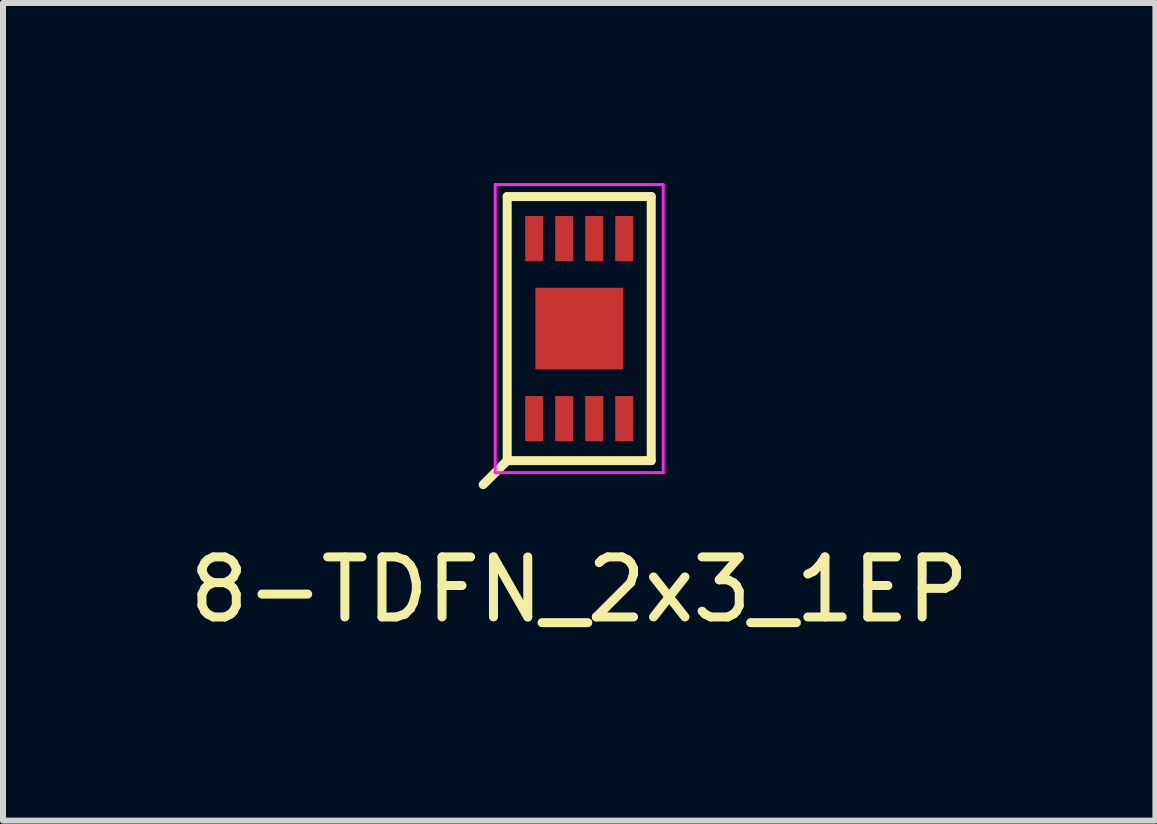
<source format=kicad_pcb>
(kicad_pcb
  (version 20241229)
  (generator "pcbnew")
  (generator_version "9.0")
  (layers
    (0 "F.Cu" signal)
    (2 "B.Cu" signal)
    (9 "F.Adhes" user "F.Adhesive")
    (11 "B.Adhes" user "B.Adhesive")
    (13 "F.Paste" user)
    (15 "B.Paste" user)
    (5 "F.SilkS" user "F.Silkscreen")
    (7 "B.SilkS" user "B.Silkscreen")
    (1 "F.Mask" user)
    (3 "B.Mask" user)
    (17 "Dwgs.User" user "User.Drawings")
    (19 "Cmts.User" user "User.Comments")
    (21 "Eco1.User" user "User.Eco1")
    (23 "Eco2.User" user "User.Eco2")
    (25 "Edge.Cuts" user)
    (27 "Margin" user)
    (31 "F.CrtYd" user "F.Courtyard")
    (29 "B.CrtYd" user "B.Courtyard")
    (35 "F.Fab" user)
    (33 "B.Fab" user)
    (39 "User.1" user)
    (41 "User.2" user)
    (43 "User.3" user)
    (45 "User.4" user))
  (footprint "8-TDFN_2x3_1EP"
    (layer "F.Cu")
    (at 6.601 2.425)
    (property "Reference" "8-TDFN_2x3_1EP" (at 0 4.35 0) (layer "F.SilkS") (effects (font (size 1 1) (thickness 0.15))))
    (attr smd)
    (fp_line (start -1.2 -2.2) (end 1.2 -2.2) (stroke (width 0.15) (type solid)) (layer "F.SilkS"))
    (fp_line (start -1.2 2.2) (end -1.6 2.6) (stroke (width 0.15) (type solid)) (layer "F.SilkS"))
    (fp_line (start -1.2 2.2) (end -1.2 -2.2) (stroke (width 0.15) (type solid)) (layer "F.SilkS"))
    (fp_line (start 1.2 -2.2) (end 1.2 2.2) (stroke (width 0.15) (type solid)) (layer "F.SilkS"))
    (fp_line (start 1.2 2.2) (end -1.2 2.2) (stroke (width 0.15) (type solid)) (layer "F.SilkS"))
    (fp_line (start -1.4 -2.4) (end 1.4 -2.4) (stroke (width 0.05) (type solid)) (layer "F.CrtYd"))
    (fp_line (start -1.4 2.4) (end -1.4 -2.4) (stroke (width 0.05) (type solid)) (layer "F.CrtYd"))
    (fp_line (start 1.4 -2.4) (end 1.4 2.4) (stroke (width 0.05) (type solid)) (layer "F.CrtYd"))
    (fp_line (start 1.4 2.4) (end -1.4 2.4) (stroke (width 0.05) (type solid)) (layer "F.CrtYd"))
    (pad "1" smd rect (at -0.75 1.5) (size 0.3 0.75) (layers "F.Cu" "F.Mask" "F.Paste"))
    (pad "2" smd rect (at -0.25 1.5) (size 0.3 0.75) (layers "F.Cu" "F.Mask" "F.Paste"))
    (pad "3" smd rect (at 0.25 1.5) (size 0.3 0.75) (layers "F.Cu" "F.Mask" "F.Paste"))
    (pad "4" smd rect (at 0.75 1.5 180) (size 0.3 0.75) (layers "F.Cu" "F.Mask" "F.Paste"))
    (pad "5" smd rect (at 0.75 -1.5) (size 0.3 0.75) (layers "F.Cu" "F.Mask" "F.Paste"))
    (pad "6" smd rect (at 0.25 -1.5) (size 0.3 0.75) (layers "F.Cu" "F.Mask" "F.Paste"))
    (pad "7" smd rect (at -0.25 -1.5) (size 0.3 0.75) (layers "F.Cu" "F.Mask" "F.Paste"))
    (pad "8" smd rect (at -0.75 -1.5) (size 0.3 0.75) (layers "F.Cu" "F.Mask" "F.Paste"))
    (pad "EPAD" smd rect (at 0 0) (size 1.46 1.36) (layers "F.Cu" "F.Mask" "F.Paste")))
  (gr_rect
    (start -3 -3)
    (end 16.202 10.623)
    (stroke (width 0.1) (type default))
    (fill no)
    (layer "Edge.Cuts")))
</source>
